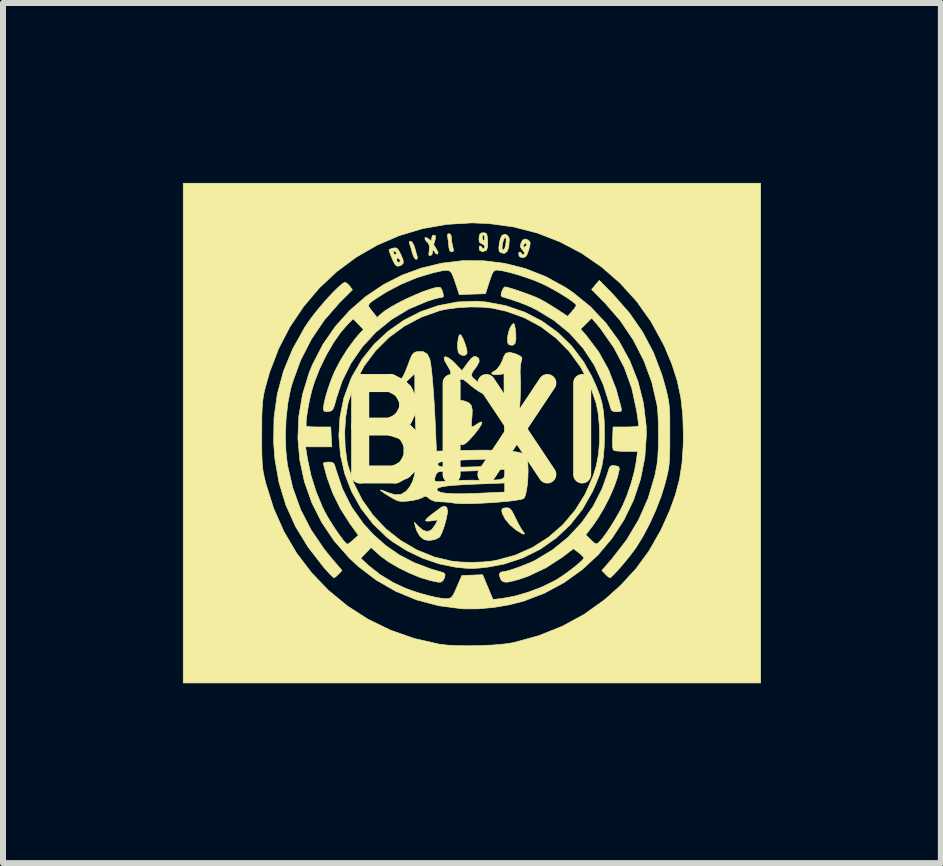
<source format=kicad_pcb>
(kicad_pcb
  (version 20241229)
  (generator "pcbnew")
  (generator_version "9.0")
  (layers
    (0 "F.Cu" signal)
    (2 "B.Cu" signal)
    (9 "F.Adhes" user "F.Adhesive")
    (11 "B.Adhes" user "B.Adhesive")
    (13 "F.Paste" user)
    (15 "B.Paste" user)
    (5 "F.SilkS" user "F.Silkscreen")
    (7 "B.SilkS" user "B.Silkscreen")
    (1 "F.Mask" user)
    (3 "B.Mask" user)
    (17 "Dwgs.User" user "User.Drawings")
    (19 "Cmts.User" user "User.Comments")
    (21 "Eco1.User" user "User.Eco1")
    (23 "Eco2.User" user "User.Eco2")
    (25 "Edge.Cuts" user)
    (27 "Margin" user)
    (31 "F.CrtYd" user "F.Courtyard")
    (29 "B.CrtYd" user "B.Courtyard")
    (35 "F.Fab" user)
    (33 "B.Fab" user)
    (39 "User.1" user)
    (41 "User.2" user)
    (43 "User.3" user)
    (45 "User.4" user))
  (footprint "BIXI"
    (layer "F.Cu")
    (at 4.806 4.171)
    (property "Reference" "BIXI" (at 0 0 0) (layer "F.SilkS") (effects (font (size 1.524 1.524) (thickness 0.3))))
    (attr through_hole)
    (fp_poly (pts (xy -0.338 -3.305) (xy -0.33 -3.257) (xy -0.323 -3.181) (xy -0.307 -3.105) (xy -0.294 -3.049) (xy -0.304 -3.026) (xy -0.326 -3.023) (xy -0.357 -3.038) (xy -0.371 -3.092) (xy -0.373 -3.117) (xy -0.381 -3.197) (xy -0.392 -3.265) (xy -0.393 -3.269) (xy -0.394 -3.315) (xy -0.369 -3.327) (xy -0.338 -3.305)) (stroke (width 0.01) (type solid)) (fill yes) (layer "F.SilkS"))
    (fp_poly (pts (xy -0.165 -1.627) (xy -0.137 -1.576) (xy -0.108 -1.505) (xy -0.084 -1.43) (xy -0.069 -1.365) (xy -0.07 -1.327) (xy -0.101 -1.297) (xy -0.15 -1.296) (xy -0.197 -1.32) (xy -0.217 -1.355) (xy -0.226 -1.424) (xy -0.225 -1.505) (xy -0.215 -1.58) (xy -0.199 -1.631) (xy -0.187 -1.644) (xy -0.165 -1.627)) (stroke (width 0.01) (type solid)) (fill yes) (layer "F.SilkS"))
    (fp_poly (pts (xy 0.722 -1.806) (xy 0.734 -1.745) (xy 0.743 -1.67) (xy 0.746 -1.56) (xy 0.73 -1.493) (xy 0.696 -1.465) (xy 0.654 -1.467) (xy 0.623 -1.48) (xy 0.608 -1.51) (xy 0.607 -1.57) (xy 0.609 -1.613) (xy 0.623 -1.683) (xy 0.649 -1.754) (xy 0.681 -1.808) (xy 0.709 -1.829) (xy 0.722 -1.806)) (stroke (width 0.01) (type solid)) (fill yes) (layer "F.SilkS"))
    (fp_poly (pts (xy -0.98 -3.177) (xy -0.95 -3.117) (xy -0.942 -3.092) (xy -0.92 -3.015) (xy -0.902 -2.953) (xy -0.898 -2.94) (xy -0.902 -2.903) (xy -0.92 -2.896) (xy -0.946 -2.918) (xy -0.972 -2.975) (xy -0.981 -3.004) (xy -1.002 -3.081) (xy -1.023 -3.144) (xy -1.027 -3.156) (xy -1.032 -3.193) (xy -1.01 -3.2) (xy -0.98 -3.177)) (stroke (width 0.01) (type solid)) (fill yes) (layer "F.SilkS"))
    (fp_poly (pts (xy 0.624 1.249) (xy 0.656 1.269) (xy 0.688 1.314) (xy 0.729 1.395) (xy 0.739 1.416) (xy 0.784 1.507) (xy 0.826 1.583) (xy 0.857 1.63) (xy 0.858 1.632) (xy 0.888 1.674) (xy 0.88 1.687) (xy 0.838 1.67) (xy 0.766 1.626) (xy 0.739 1.607) (xy 0.644 1.527) (xy 0.568 1.434) (xy 0.52 1.343) (xy 0.508 1.284) (xy 0.53 1.253) (xy 0.583 1.245) (xy 0.624 1.249)) (stroke (width 0.01) (type solid)) (fill yes) (layer "F.SilkS"))
    (fp_poly (pts (xy 0.6 -3.301) (xy 0.631 -3.256) (xy 0.635 -3.226) (xy 0.627 -3.106) (xy 0.602 -3.031) (xy 0.558 -2.999) (xy 0.542 -2.997) (xy 0.489 -3.011) (xy 0.466 -3.035) (xy 0.461 -3.091) (xy 0.463 -3.103) (xy 0.515 -3.103) (xy 0.518 -3.059) (xy 0.528 -3.048) (xy 0.553 -3.069) (xy 0.568 -3.105) (xy 0.581 -3.174) (xy 0.583 -3.231) (xy 0.575 -3.264) (xy 0.561 -3.263) (xy 0.54 -3.223) (xy 0.524 -3.164) (xy 0.515 -3.103) (xy 0.463 -3.103) (xy 0.47 -3.168) (xy 0.488 -3.244) (xy 0.511 -3.293) (xy 0.555 -3.316) (xy 0.6 -3.301)) (stroke (width 0.01) (type solid)) (fill yes) (layer "F.SilkS"))
    (fp_poly (pts (xy -0.407 1.241) (xy -0.393 1.299) (xy -0.395 1.326) (xy -0.418 1.44) (xy -0.449 1.552) (xy -0.483 1.648) (xy -0.515 1.716) (xy -0.531 1.737) (xy -0.605 1.775) (xy -0.697 1.79) (xy -0.78 1.778) (xy -0.851 1.724) (xy -0.906 1.632) (xy -0.929 1.562) (xy -0.947 1.486) (xy -0.884 1.553) (xy -0.801 1.622) (xy -0.727 1.642) (xy -0.661 1.612) (xy -0.601 1.532) (xy -0.594 1.519) (xy -0.557 1.447) (xy -0.66 1.463) (xy -0.725 1.469) (xy -0.76 1.461) (xy -0.762 1.456) (xy -0.743 1.429) (xy -0.694 1.384) (xy -0.643 1.345) (xy -0.573 1.293) (xy -0.517 1.251) (xy -0.494 1.234) (xy -0.444 1.217) (xy -0.407 1.241)) (stroke (width 0.01) (type solid)) (fill yes) (layer "F.SilkS"))
    (fp_poly (pts (xy -0.596 -3.289) (xy -0.597 -3.244) (xy -0.6 -3.232) (xy -0.615 -3.178) (xy -0.625 -3.152) (xy -0.618 -3.128) (xy -0.588 -3.079) (xy -0.583 -3.072) (xy -0.553 -3.016) (xy -0.558 -2.985) (xy -0.559 -2.985) (xy -0.588 -2.99) (xy -0.6 -3.008) (xy -0.624 -3.043) (xy -0.637 -3.048) (xy -0.649 -3.03) (xy -0.645 -3.013) (xy -0.654 -2.976) (xy -0.674 -2.962) (xy -0.7 -2.959) (xy -0.707 -2.984) (xy -0.699 -3.043) (xy -0.694 -3.115) (xy -0.713 -3.163) (xy -0.735 -3.186) (xy -0.768 -3.228) (xy -0.772 -3.256) (xy -0.745 -3.259) (xy -0.709 -3.236) (xy -0.673 -3.208) (xy -0.662 -3.217) (xy -0.66 -3.247) (xy -0.645 -3.292) (xy -0.622 -3.302) (xy -0.596 -3.289)) (stroke (width 0.01) (type solid)) (fill yes) (layer "F.SilkS"))
    (fp_poly (pts (xy 0.953 -3.216) (xy 0.977 -3.192) (xy 0.984 -3.16) (xy 0.973 -3.103) (xy 0.961 -3.059) (xy 0.933 -2.979) (xy 0.902 -2.938) (xy 0.869 -2.926) (xy 0.816 -2.935) (xy 0.797 -2.958) (xy 0.793 -3.003) (xy 0.8 -3.017) (xy 0.824 -3.016) (xy 0.831 -3.004) (xy 0.856 -2.974) (xy 0.866 -2.972) (xy 0.888 -2.988) (xy 0.88 -3.024) (xy 0.849 -3.059) (xy 0.821 -3.105) (xy 0.822 -3.115) (xy 0.867 -3.115) (xy 0.882 -3.099) (xy 0.884 -3.099) (xy 0.914 -3.119) (xy 0.924 -3.139) (xy 0.925 -3.169) (xy 0.91 -3.169) (xy 0.879 -3.146) (xy 0.867 -3.115) (xy 0.822 -3.115) (xy 0.826 -3.155) (xy 0.857 -3.219) (xy 0.905 -3.237) (xy 0.953 -3.216)) (stroke (width 0.01) (type solid)) (fill yes) (layer "F.SilkS"))
    (fp_poly (pts (xy 0.24 -3.336) (xy 0.26 -3.315) (xy 0.27 -3.265) (xy 0.275 -3.203) (xy 0.274 -3.104) (xy 0.256 -3.051) (xy 0.249 -3.044) (xy 0.188 -3.024) (xy 0.145 -3.045) (xy 0.136 -3.062) (xy 0.133 -3.105) (xy 0.14 -3.119) (xy 0.164 -3.117) (xy 0.171 -3.105) (xy 0.196 -3.076) (xy 0.222 -3.084) (xy 0.229 -3.109) (xy 0.207 -3.142) (xy 0.176 -3.157) (xy 0.14 -3.178) (xy 0.13 -3.223) (xy 0.132 -3.256) (xy 0.135 -3.274) (xy 0.183 -3.274) (xy 0.191 -3.233) (xy 0.208 -3.201) (xy 0.218 -3.217) (xy 0.222 -3.234) (xy 0.224 -3.28) (xy 0.218 -3.296) (xy 0.194 -3.302) (xy 0.183 -3.274) (xy 0.135 -3.274) (xy 0.144 -3.314) (xy 0.172 -3.337) (xy 0.203 -3.34) (xy 0.24 -3.336)) (stroke (width 0.01) (type solid)) (fill yes) (layer "F.SilkS"))
    (fp_poly (pts (xy -1.227 -3.072) (xy -1.196 -3.023) (xy -1.171 -2.972) (xy -1.136 -2.888) (xy -1.131 -2.836) (xy -1.158 -2.804) (xy -1.206 -2.785) (xy -1.239 -2.784) (xy -1.267 -2.809) (xy -1.3 -2.869) (xy -1.306 -2.883) (xy -1.245 -2.883) (xy -1.225 -2.849) (xy -1.207 -2.845) (xy -1.182 -2.862) (xy -1.185 -2.883) (xy -1.21 -2.917) (xy -1.222 -2.921) (xy -1.242 -2.9) (xy -1.245 -2.883) (xy -1.306 -2.883) (xy -1.318 -2.91) (xy -1.349 -2.985) (xy -1.357 -3.011) (xy -1.295 -3.011) (xy -1.282 -2.977) (xy -1.27 -2.972) (xy -1.245 -2.99) (xy -1.245 -2.996) (xy -1.263 -3.03) (xy -1.27 -3.035) (xy -1.292 -3.03) (xy -1.295 -3.011) (xy -1.357 -3.011) (xy -1.367 -3.04) (xy -1.369 -3.059) (xy -1.339 -3.072) (xy -1.295 -3.085) (xy -1.257 -3.089) (xy -1.227 -3.072)) (stroke (width 0.01) (type solid)) (fill yes) (layer "F.SilkS"))
    (fp_poly (pts (xy -0.1 -0.531) (xy -0.097 -0.53) (xy -0.034 -0.501) (xy 0.003 -0.456) (xy 0.018 -0.386) (xy 0.014 -0.279) (xy 0.01 -0.242) (xy 0.004 -0.166) (xy 0.005 -0.115) (xy 0.012 -0.102) (xy 0.043 -0.115) (xy 0.095 -0.148) (xy 0.104 -0.154) (xy 0.157 -0.185) (xy 0.179 -0.181) (xy 0.17 -0.146) (xy 0.132 -0.083) (xy 0.066 0.004) (xy 0.043 0.031) (xy -0.039 0.123) (xy -0.1 0.177) (xy -0.145 0.197) (xy -0.182 0.187) (xy -0.197 0.173) (xy -0.215 0.13) (xy -0.226 0.047) (xy -0.229 -0.039) (xy -0.231 -0.13) (xy -0.236 -0.201) (xy -0.244 -0.235) (xy -0.245 -0.236) (xy -0.277 -0.238) (xy -0.311 -0.225) (xy -0.362 -0.213) (xy -0.398 -0.235) (xy -0.416 -0.262) (xy -0.407 -0.293) (xy -0.368 -0.342) (xy -0.351 -0.361) (xy -0.291 -0.427) (xy -0.242 -0.487) (xy -0.229 -0.505) (xy -0.198 -0.539) (xy -0.162 -0.546) (xy -0.1 -0.531)) (stroke (width 0.01) (type solid)) (fill yes) (layer "F.SilkS"))
    (fp_poly (pts (xy 0.127 -1.247) (xy 0.134 -1.193) (xy 0.095 -1.117) (xy 0.076 -1.092) (xy 0.023 -1.02) (xy 0.004 -0.971) (xy 0.016 -0.936) (xy 0.045 -0.909) (xy 0.093 -0.866) (xy 0.145 -0.806) (xy 0.192 -0.742) (xy 0.225 -0.687) (xy 0.235 -0.654) (xy 0.232 -0.65) (xy 0.2 -0.656) (xy 0.14 -0.688) (xy 0.064 -0.739) (xy -0.017 -0.802) (xy -0.082 -0.858) (xy -0.132 -0.895) (xy -0.174 -0.898) (xy -0.217 -0.864) (xy -0.265 -0.788) (xy -0.295 -0.732) (xy -0.333 -0.664) (xy -0.367 -0.619) (xy -0.381 -0.61) (xy -0.406 -0.615) (xy -0.406 -0.616) (xy -0.4 -0.642) (xy -0.384 -0.702) (xy -0.368 -0.762) (xy -0.341 -0.881) (xy -0.334 -0.969) (xy -0.349 -1.041) (xy -0.386 -1.112) (xy -0.394 -1.123) (xy -0.441 -1.206) (xy -0.452 -1.256) (xy -0.432 -1.274) (xy -0.385 -1.258) (xy -0.316 -1.207) (xy -0.263 -1.155) (xy -0.153 -1.041) (xy -0.063 -1.166) (xy -0.004 -1.24) (xy 0.041 -1.275) (xy 0.075 -1.278) (xy 0.127 -1.247)) (stroke (width 0.01) (type solid)) (fill yes) (layer "F.SilkS"))
    (fp_poly (pts (xy -2.066 -2.494) (xy -2.025 -2.451) (xy -1.98 -2.389) (xy -2.192 -2.178) (xy -2.447 -1.887) (xy -2.665 -1.564) (xy -2.844 -1.215) (xy -2.979 -0.844) (xy -3.01 -0.735) (xy -3.056 -0.504) (xy -3.086 -0.243) (xy -3.097 0.029) (xy -3.09 0.291) (xy -3.064 0.527) (xy -3.063 0.533) (xy -2.974 0.916) (xy -2.844 1.275) (xy -2.669 1.614) (xy -2.447 1.94) (xy -2.313 2.105) (xy -2.154 2.29) (xy -2.211 2.351) (xy -2.256 2.393) (xy -2.287 2.413) (xy -2.288 2.413) (xy -2.312 2.395) (xy -2.36 2.347) (xy -2.424 2.276) (xy -2.462 2.233) (xy -2.72 1.9) (xy -2.929 1.557) (xy -3.09 1.199) (xy -3.204 0.824) (xy -3.273 0.43) (xy -3.294 0.152) (xy -3.287 -0.258) (xy -3.232 -0.653) (xy -3.129 -1.033) (xy -2.977 -1.401) (xy -2.776 -1.761) (xy -2.732 -1.828) (xy -2.661 -1.928) (xy -2.575 -2.038) (xy -2.48 -2.151) (xy -2.384 -2.26) (xy -2.292 -2.358) (xy -2.21 -2.437) (xy -2.147 -2.492) (xy -2.107 -2.514) (xy -2.104 -2.514) (xy -2.066 -2.494)) (stroke (width 0.01) (type solid)) (fill yes) (layer "F.SilkS"))
    (fp_poly (pts (xy 0.737 -1.323) (xy 0.775 -1.306) (xy 0.83 -1.276) (xy 0.847 -1.246) (xy 0.836 -1.197) (xy 0.833 -1.19) (xy 0.821 -1.125) (xy 0.816 -1.031) (xy 0.819 -0.934) (xy 0.823 -0.83) (xy 0.821 -0.697) (xy 0.816 -0.554) (xy 0.811 -0.473) (xy 0.803 -0.33) (xy 0.803 -0.232) (xy 0.813 -0.176) (xy 0.834 -0.157) (xy 0.867 -0.171) (xy 0.876 -0.177) (xy 0.916 -0.201) (xy 0.931 -0.185) (xy 0.918 -0.133) (xy 0.879 -0.048) (xy 0.878 -0.045) (xy 0.807 0.074) (xy 0.743 0.145) (xy 0.682 0.173) (xy 0.62 0.158) (xy 0.598 0.144) (xy 0.583 0.129) (xy 0.571 0.105) (xy 0.563 0.065) (xy 0.557 0.003) (xy 0.553 -0.087) (xy 0.551 -0.214) (xy 0.55 -0.383) (xy 0.549 -0.44) (xy 0.547 -0.989) (xy 0.454 -0.974) (xy 0.391 -0.972) (xy 0.35 -0.984) (xy 0.34 -1.004) (xy 0.372 -1.025) (xy 0.379 -1.028) (xy 0.43 -1.065) (xy 0.483 -1.135) (xy 0.526 -1.221) (xy 0.543 -1.276) (xy 0.577 -1.331) (xy 0.642 -1.347) (xy 0.737 -1.323)) (stroke (width 0.01) (type solid)) (fill yes) (layer "F.SilkS"))
    (fp_poly (pts (xy 2.37 -2.308) (xy 2.638 -2.003) (xy 2.859 -1.684) (xy 3.039 -1.344) (xy 3.179 -0.975) (xy 3.245 -0.744) (xy 3.269 -0.646) (xy 3.286 -0.561) (xy 3.299 -0.478) (xy 3.307 -0.388) (xy 3.311 -0.28) (xy 3.312 -0.142) (xy 3.312 0.036) (xy 3.312 0.038) (xy 3.312 0.214) (xy 3.309 0.351) (xy 3.305 0.458) (xy 3.297 0.547) (xy 3.284 0.628) (xy 3.265 0.714) (xy 3.24 0.813) (xy 3.231 0.848) (xy 3.166 1.058) (xy 3.078 1.284) (xy 2.976 1.51) (xy 2.865 1.721) (xy 2.755 1.9) (xy 2.74 1.922) (xy 2.676 2.008) (xy 2.601 2.103) (xy 2.522 2.198) (xy 2.446 2.285) (xy 2.381 2.355) (xy 2.334 2.4) (xy 2.314 2.413) (xy 2.285 2.396) (xy 2.241 2.355) (xy 2.237 2.351) (xy 2.179 2.29) (xy 2.342 2.103) (xy 2.59 1.783) (xy 2.794 1.441) (xy 2.952 1.082) (xy 3.062 0.71) (xy 3.098 0.525) (xy 3.111 0.413) (xy 3.119 0.266) (xy 3.123 0.098) (xy 3.122 -0.077) (xy 3.118 -0.243) (xy 3.109 -0.385) (xy 3.098 -0.474) (xy 3.013 -0.845) (xy 2.88 -1.206) (xy 2.704 -1.551) (xy 2.487 -1.874) (xy 2.232 -2.167) (xy 2.23 -2.169) (xy 2.008 -2.395) (xy 2.072 -2.471) (xy 2.136 -2.547) (xy 2.37 -2.308)) (stroke (width 0.01) (type solid)) (fill yes) (layer "F.SilkS"))
    (fp_poly (pts (xy 4.826 4.166) (xy -4.801 4.166) (xy -4.801 0.025) (xy -3.492 0.025) (xy -3.492 0.21) (xy -3.49 0.354) (xy -3.486 0.467) (xy -3.479 0.559) (xy -3.469 0.64) (xy -3.453 0.719) (xy -3.432 0.808) (xy -3.424 0.84) (xy -3.294 1.254) (xy -3.122 1.642) (xy -2.911 2.001) (xy -2.662 2.328) (xy -2.379 2.623) (xy -2.064 2.882) (xy -1.719 3.104) (xy -1.346 3.285) (xy -0.948 3.425) (xy -0.528 3.52) (xy -0.521 3.521) (xy -0.387 3.536) (xy -0.218 3.544) (xy -0.027 3.546) (xy 0.172 3.542) (xy 0.365 3.533) (xy 0.539 3.518) (xy 0.68 3.498) (xy 0.711 3.492) (xy 1.131 3.376) (xy 1.521 3.22) (xy 1.883 3.022) (xy 2.221 2.781) (xy 2.491 2.54) (xy 2.749 2.26) (xy 2.966 1.963) (xy 3.153 1.635) (xy 3.176 1.589) (xy 3.306 1.3) (xy 3.404 1.032) (xy 3.473 0.771) (xy 3.515 0.501) (xy 3.535 0.208) (xy 3.538 0.025) (xy 3.528 -0.3) (xy 3.495 -0.594) (xy 3.436 -0.87) (xy 3.348 -1.146) (xy 3.227 -1.435) (xy 3.2 -1.491) (xy 2.998 -1.86) (xy 2.758 -2.198) (xy 2.483 -2.501) (xy 2.177 -2.768) (xy 1.843 -2.998) (xy 1.484 -3.187) (xy 1.104 -3.335) (xy 0.706 -3.438) (xy 0.293 -3.494) (xy 0.013 -3.505) (xy -0.407 -3.48) (xy -0.812 -3.409) (xy -1.201 -3.292) (xy -1.57 -3.133) (xy -1.917 -2.933) (xy -2.238 -2.695) (xy -2.531 -2.421) (xy -2.792 -2.113) (xy -3.02 -1.775) (xy -3.211 -1.407) (xy -3.362 -1.012) (xy -3.432 -0.762) (xy -3.453 -0.675) (xy -3.468 -0.594) (xy -3.478 -0.51) (xy -3.485 -0.414) (xy -3.49 -0.294) (xy -3.491 -0.142) (xy -3.492 0.025) (xy -4.801 0.025) (xy -4.801 -4.166) (xy 4.826 -4.166) (xy 4.826 4.166)) (stroke (width 0.01) (type solid)) (fill yes) (layer "F.SilkS"))
    (fp_poly (pts (xy 0.25 -2.186) (xy 0.583 -2.123) (xy 0.895 -2.015) (xy 1.184 -1.865) (xy 1.446 -1.676) (xy 1.677 -1.45) (xy 1.873 -1.19) (xy 2.006 -0.953) (xy 2.085 -0.781) (xy 2.142 -0.635) (xy 2.181 -0.5) (xy 2.205 -0.362) (xy 2.218 -0.204) (xy 2.221 -0.012) (xy 2.222 0.013) (xy 2.218 0.221) (xy 2.205 0.394) (xy 2.18 0.546) (xy 2.14 0.692) (xy 2.08 0.845) (xy 2.021 0.978) (xy 1.857 1.267) (xy 1.655 1.524) (xy 1.42 1.747) (xy 1.154 1.934) (xy 0.863 2.08) (xy 0.55 2.183) (xy 0.28 2.234) (xy 0.137 2.25) (xy 0.021 2.256) (xy -0.091 2.253) (xy -0.22 2.24) (xy -0.278 2.233) (xy -0.541 2.178) (xy -0.812 2.085) (xy -1.074 1.96) (xy -1.312 1.809) (xy -1.405 1.738) (xy -1.641 1.509) (xy -1.838 1.253) (xy -1.994 0.974) (xy -2.108 0.678) (xy -2.179 0.369) (xy -2.206 0.053) (xy -2.203 -0.013) (xy -2.109 -0.013) (xy -2.101 0.234) (xy -2.071 0.465) (xy -2.056 0.533) (xy -1.959 0.833) (xy -1.818 1.113) (xy -1.638 1.368) (xy -1.423 1.596) (xy -1.177 1.79) (xy -0.906 1.948) (xy -0.613 2.066) (xy -0.334 2.133) (xy -0.179 2.15) (xy 0.004 2.155) (xy 0.191 2.149) (xy 0.36 2.132) (xy 0.411 2.123) (xy 0.727 2.038) (xy 1.021 1.908) (xy 1.288 1.738) (xy 1.527 1.53) (xy 1.733 1.287) (xy 1.903 1.014) (xy 2.034 0.712) (xy 2.086 0.546) (xy 2.123 0.352) (xy 2.141 0.13) (xy 2.139 -0.101) (xy 2.119 -0.322) (xy 2.085 -0.495) (xy 1.977 -0.809) (xy 1.828 -1.096) (xy 1.641 -1.354) (xy 1.42 -1.58) (xy 1.168 -1.771) (xy 0.889 -1.922) (xy 0.587 -2.031) (xy 0.348 -2.084) (xy 0.179 -2.1) (xy -0.015 -2.103) (xy -0.215 -2.092) (xy -0.4 -2.068) (xy -0.521 -2.043) (xy -0.829 -1.934) (xy -1.114 -1.784) (xy -1.371 -1.595) (xy -1.595 -1.372) (xy -1.785 -1.118) (xy -1.935 -0.838) (xy -2.043 -0.534) (xy -2.058 -0.476) (xy -2.094 -0.257) (xy -2.109 -0.013) (xy -2.203 -0.013) (xy -2.188 -0.266) (xy -2.124 -0.581) (xy -2.011 -0.889) (xy -1.982 -0.951) (xy -1.819 -1.231) (xy -1.618 -1.481) (xy -1.385 -1.698) (xy -1.125 -1.88) (xy -0.843 -2.024) (xy -0.544 -2.127) (xy -0.234 -2.186) (xy 0.083 -2.199) (xy 0.25 -2.186)) (stroke (width 0.01) (type solid)) (fill yes) (layer "F.SilkS"))
    (fp_poly (pts (xy -0.732 -1.317) (xy -0.689 -1.232) (xy -0.688 -1.225) (xy -0.674 -1.151) (xy -0.659 -1.032) (xy -0.644 -0.874) (xy -0.629 -0.683) (xy -0.615 -0.466) (xy -0.602 -0.227) (xy -0.596 -0.085) (xy -0.579 0.301) (xy -0.054 0.287) (xy 0.218 0.284) (xy 0.449 0.288) (xy 0.636 0.299) (xy 0.777 0.317) (xy 0.872 0.342) (xy 0.909 0.365) (xy 0.931 0.414) (xy 0.944 0.5) (xy 0.949 0.611) (xy 0.946 0.734) (xy 0.937 0.856) (xy 0.921 0.965) (xy 0.9 1.048) (xy 0.878 1.088) (xy 0.84 1.103) (xy 0.76 1.118) (xy 0.647 1.133) (xy 0.512 1.146) (xy 0.363 1.158) (xy 0.208 1.167) (xy 0.058 1.174) (xy -0.078 1.176) (xy -0.191 1.175) (xy -0.273 1.169) (xy -0.292 1.166) (xy -0.362 1.155) (xy -0.456 1.148) (xy -0.506 1.146) (xy -0.607 1.137) (xy -0.674 1.111) (xy -0.701 1.09) (xy -0.745 1.055) (xy -0.78 1.055) (xy -0.817 1.076) (xy -0.873 1.099) (xy -0.96 1.12) (xy -1.041 1.132) (xy -1.13 1.139) (xy -1.193 1.136) (xy -1.252 1.117) (xy -1.324 1.078) (xy -1.366 1.053) (xy -1.442 1.006) (xy -1.495 0.969) (xy -1.516 0.95) (xy -1.516 0.949) (xy -1.49 0.953) (xy -1.432 0.973) (xy -1.387 0.992) (xy -1.265 1.029) (xy -1.165 1.02) (xy -1.081 0.966) (xy -1.073 0.958) (xy -1.059 0.94) (xy -0.572 0.94) (xy -0.555 0.969) (xy -0.503 0.99) (xy -0.413 1.004) (xy -0.282 1.011) (xy -0.108 1.011) (xy 0.113 1.004) (xy 0.212 0.999) (xy 0.559 0.983) (xy 0.559 0.832) (xy 0.146 0.848) (xy -0.076 0.857) (xy -0.251 0.868) (xy -0.384 0.879) (xy -0.478 0.893) (xy -0.538 0.908) (xy -0.567 0.927) (xy -0.572 0.94) (xy -1.059 0.94) (xy -1.019 0.887) (xy -0.976 0.805) (xy -0.968 0.776) (xy -0.61 0.776) (xy -0.605 0.797) (xy -0.583 0.808) (xy -0.535 0.81) (xy -0.451 0.804) (xy -0.4 0.8) (xy -0.282 0.792) (xy -0.136 0.787) (xy 0.015 0.785) (xy 0.1 0.786) (xy 0.225 0.787) (xy 0.34 0.785) (xy 0.43 0.78) (xy 0.474 0.776) (xy 0.532 0.758) (xy 0.555 0.726) (xy 0.559 0.681) (xy 0.559 0.602) (xy 0.235 0.621) (xy 0.083 0.628) (xy -0.078 0.633) (xy -0.226 0.636) (xy -0.322 0.636) (xy -0.434 0.635) (xy -0.505 0.638) (xy -0.548 0.648) (xy -0.572 0.666) (xy -0.582 0.682) (xy -0.605 0.743) (xy -0.61 0.776) (xy -0.968 0.776) (xy -0.946 0.705) (xy -0.925 0.582) (xy -0.921 0.522) (xy -0.559 0.522) (xy -0.537 0.549) (xy -0.489 0.563) (xy -0.426 0.567) (xy -0.329 0.569) (xy -0.208 0.568) (xy -0.071 0.566) (xy 0.072 0.562) (xy 0.211 0.558) (xy 0.337 0.552) (xy 0.441 0.546) (xy 0.513 0.54) (xy 0.543 0.533) (xy 0.543 0.533) (xy 0.554 0.494) (xy 0.549 0.468) (xy 0.539 0.453) (xy 0.519 0.442) (xy 0.482 0.435) (xy 0.421 0.432) (xy 0.328 0.433) (xy 0.197 0.436) (xy 0.056 0.441) (xy -0.139 0.448) (xy -0.29 0.456) (xy -0.401 0.464) (xy -0.478 0.474) (xy -0.526 0.486) (xy -0.551 0.501) (xy -0.559 0.52) (xy -0.559 0.522) (xy -0.921 0.522) (xy -0.915 0.429) (xy -0.914 0.241) (xy -0.92 0.012) (xy -0.927 -0.127) (xy -0.932 -0.256) (xy -0.936 -0.413) (xy -0.939 -0.575) (xy -0.94 -0.68) (xy -0.94 -0.992) (xy -1.047 -0.89) (xy -1.115 -0.833) (xy -1.174 -0.797) (xy -1.216 -0.785) (xy -1.233 -0.799) (xy -1.221 -0.834) (xy -1.182 -0.889) (xy -1.159 -0.911) (xy -1.134 -0.949) (xy -1.099 -1.021) (xy -1.062 -1.114) (xy -1.051 -1.142) (xy -1.015 -1.241) (xy -0.986 -1.302) (xy -0.959 -1.335) (xy -0.924 -1.352) (xy -0.897 -1.358) (xy -0.8 -1.359) (xy -0.732 -1.317)) (stroke (width 0.01) (type solid)) (fill yes) (layer "F.SilkS"))
    (fp_poly (pts (xy 0.21 -2.873) (xy 0.56 -2.83) (xy 0.906 -2.742) (xy 1.244 -2.609) (xy 1.569 -2.43) (xy 1.697 -2.344) (xy 1.99 -2.106) (xy 2.247 -1.833) (xy 2.466 -1.531) (xy 2.645 -1.205) (xy 2.782 -0.858) (xy 2.873 -0.496) (xy 2.917 -0.123) (xy 2.921 0.025) (xy 2.896 0.402) (xy 2.824 0.767) (xy 2.708 1.115) (xy 2.549 1.444) (xy 2.351 1.75) (xy 2.117 2.029) (xy 1.848 2.278) (xy 1.549 2.492) (xy 1.221 2.669) (xy 0.876 2.801) (xy 0.639 2.862) (xy 0.382 2.906) (xy 0.123 2.93) (xy -0.115 2.931) (xy -0.152 2.929) (xy -0.539 2.879) (xy -0.909 2.781) (xy -1.259 2.637) (xy -1.587 2.448) (xy -1.891 2.215) (xy -2.032 2.083) (xy -2.283 1.798) (xy -2.492 1.488) (xy -2.658 1.158) (xy -2.78 0.812) (xy -2.857 0.454) (xy -2.877 0.229) (xy -2.762 0.229) (xy -2.726 0.449) (xy -2.669 0.711) (xy -2.584 0.981) (xy -2.478 1.237) (xy -2.437 1.319) (xy -2.384 1.414) (xy -2.32 1.517) (xy -2.252 1.621) (xy -2.186 1.715) (xy -2.128 1.791) (xy -2.084 1.84) (xy -2.064 1.853) (xy -2.035 1.837) (xy -1.985 1.798) (xy -1.963 1.778) (xy -1.881 1.703) (xy -2.024 1.506) (xy -2.179 1.262) (xy -2.309 0.999) (xy -2.404 0.737) (xy -2.411 0.712) (xy -2.436 0.619) (xy -2.455 0.546) (xy -2.464 0.505) (xy -2.464 0.502) (xy -2.441 0.489) (xy -2.387 0.483) (xy -2.376 0.483) (xy -2.32 0.487) (xy -2.289 0.508) (xy -2.268 0.561) (xy -2.26 0.591) (xy -2.149 0.923) (xy -1.996 1.229) (xy -1.799 1.508) (xy -1.635 1.688) (xy -1.424 1.875) (xy -1.2 2.03) (xy -0.953 2.159) (xy -0.673 2.265) (xy -0.464 2.327) (xy -0.435 2.355) (xy -0.442 2.408) (xy -0.467 2.452) (xy -0.487 2.475) (xy -0.512 2.486) (xy -0.553 2.485) (xy -0.624 2.471) (xy -0.692 2.455) (xy -0.854 2.406) (xy -1.031 2.333) (xy -1.209 2.245) (xy -1.372 2.15) (xy -1.504 2.055) (xy -1.527 2.035) (xy -1.669 1.908) (xy -1.755 1.997) (xy -1.841 2.087) (xy -1.707 2.211) (xy -1.52 2.359) (xy -1.296 2.494) (xy -1.108 2.582) (xy -0.989 2.627) (xy -0.852 2.671) (xy -0.713 2.709) (xy -0.582 2.74) (xy -0.474 2.758) (xy -0.408 2.762) (xy -0.363 2.756) (xy -0.331 2.739) (xy -0.302 2.702) (xy -0.268 2.634) (xy -0.238 2.565) (xy -0.156 2.375) (xy 0.017 2.368) (xy 0.191 2.361) (xy 0.363 2.774) (xy 0.509 2.758) (xy 0.718 2.72) (xy 0.945 2.655) (xy 1.172 2.569) (xy 1.378 2.469) (xy 1.438 2.435) (xy 1.525 2.378) (xy 1.619 2.311) (xy 1.711 2.241) (xy 1.791 2.175) (xy 1.85 2.122) (xy 1.878 2.088) (xy 1.88 2.083) (xy 1.861 2.055) (xy 1.815 2.011) (xy 1.792 1.993) (xy 1.705 1.927) (xy 1.52 2.068) (xy 1.248 2.245) (xy 0.951 2.385) (xy 0.804 2.436) (xy 0.681 2.47) (xy 0.597 2.486) (xy 0.542 2.481) (xy 0.506 2.457) (xy 0.486 2.424) (xy 0.468 2.356) (xy 0.49 2.319) (xy 0.53 2.311) (xy 0.587 2.302) (xy 0.677 2.276) (xy 0.786 2.238) (xy 0.902 2.194) (xy 1.01 2.148) (xy 1.067 2.121) (xy 1.355 1.948) (xy 1.615 1.737) (xy 1.843 1.492) (xy 2.034 1.22) (xy 2.184 0.925) (xy 2.271 0.68) (xy 2.296 0.599) (xy 2.317 0.556) (xy 2.344 0.541) (xy 2.388 0.542) (xy 2.395 0.543) (xy 2.451 0.555) (xy 2.469 0.582) (xy 2.468 0.613) (xy 2.437 0.743) (xy 2.381 0.9) (xy 2.306 1.072) (xy 2.217 1.246) (xy 2.12 1.409) (xy 2.036 1.532) (xy 1.911 1.697) (xy 1.996 1.78) (xy 2.049 1.829) (xy 2.082 1.847) (xy 2.109 1.837) (xy 2.135 1.815) (xy 2.189 1.755) (xy 2.258 1.661) (xy 2.335 1.545) (xy 2.412 1.418) (xy 2.483 1.293) (xy 2.527 1.206) (xy 2.601 1.03) (xy 2.668 0.834) (xy 2.721 0.639) (xy 2.754 0.465) (xy 2.756 0.451) (xy 2.774 0.305) (xy 2.596 0.305) (xy 2.502 0.303) (xy 2.426 0.298) (xy 2.384 0.292) (xy 2.383 0.292) (xy 2.365 0.27) (xy 2.357 0.215) (xy 2.357 0.12) (xy 2.358 0.089) (xy 2.366 -0.102) (xy 2.58 -0.102) (xy 2.677 -0.104) (xy 2.751 -0.109) (xy 2.79 -0.117) (xy 2.794 -0.121) (xy 2.79 -0.153) (xy 2.781 -0.223) (xy 2.767 -0.319) (xy 2.757 -0.381) (xy 2.678 -0.747) (xy 2.553 -1.094) (xy 2.38 -1.423) (xy 2.16 -1.738) (xy 2.085 -1.829) (xy 2.009 -1.918) (xy 1.825 -1.735) (xy 1.928 -1.616) (xy 2.127 -1.351) (xy 2.289 -1.058) (xy 2.417 -0.731) (xy 2.5 -0.425) (xy 2.506 -0.379) (xy 2.488 -0.359) (xy 2.432 -0.356) (xy 2.427 -0.356) (xy 2.371 -0.36) (xy 2.34 -0.381) (xy 2.319 -0.434) (xy 2.312 -0.464) (xy 2.2 -0.816) (xy 2.052 -1.133) (xy 1.866 -1.416) (xy 1.643 -1.664) (xy 1.383 -1.878) (xy 1.092 -2.054) (xy 0.998 -2.101) (xy 0.903 -2.142) (xy 0.795 -2.183) (xy 0.662 -2.228) (xy 0.515 -2.274) (xy 0.497 -2.294) (xy 0.506 -2.344) (xy 0.511 -2.361) (xy 0.536 -2.414) (xy 0.559 -2.438) (xy 0.56 -2.438) (xy 0.605 -2.43) (xy 0.684 -2.407) (xy 0.785 -2.374) (xy 0.894 -2.336) (xy 0.999 -2.297) (xy 1.087 -2.262) (xy 1.13 -2.242) (xy 1.216 -2.196) (xy 1.321 -2.133) (xy 1.425 -2.068) (xy 1.433 -2.063) (xy 1.608 -1.947) (xy 1.68 -2.028) (xy 1.725 -2.083) (xy 1.75 -2.124) (xy 1.753 -2.132) (xy 1.732 -2.16) (xy 1.674 -2.205) (xy 1.59 -2.263) (xy 1.486 -2.327) (xy 1.374 -2.393) (xy 1.26 -2.453) (xy 1.186 -2.49) (xy 1.068 -2.54) (xy 0.931 -2.59) (xy 0.787 -2.637) (xy 0.65 -2.676) (xy 0.531 -2.704) (xy 0.444 -2.717) (xy 0.431 -2.718) (xy 0.397 -2.713) (xy 0.371 -2.693) (xy 0.346 -2.647) (xy 0.317 -2.566) (xy 0.302 -2.521) (xy 0.238 -2.324) (xy 0.02 -2.317) (xy -0.198 -2.309) (xy -0.266 -2.514) (xy -0.299 -2.608) (xy -0.327 -2.671) (xy -0.362 -2.705) (xy -0.413 -2.715) (xy -0.491 -2.705) (xy -0.606 -2.679) (xy -0.648 -2.669) (xy -0.903 -2.592) (xy -1.164 -2.484) (xy -1.406 -2.357) (xy -1.456 -2.326) (xy -1.571 -2.253) (xy -1.649 -2.201) (xy -1.694 -2.163) (xy -1.711 -2.133) (xy -1.704 -2.103) (xy -1.679 -2.067) (xy -1.651 -2.032) (xy -1.568 -1.928) (xy -1.514 -1.978) (xy -1.44 -2.037) (xy -1.338 -2.102) (xy -1.216 -2.17) (xy -1.083 -2.237) (xy -0.946 -2.299) (xy -0.815 -2.354) (xy -0.697 -2.396) (xy -0.6 -2.424) (xy -0.534 -2.432) (xy -0.509 -2.424) (xy -0.486 -2.383) (xy -0.469 -2.33) (xy -0.462 -2.28) (xy -0.482 -2.262) (xy -0.501 -2.261) (xy -0.548 -2.253) (xy -0.627 -2.232) (xy -0.721 -2.202) (xy -0.726 -2.201) (xy -1.041 -2.068) (xy -1.329 -1.894) (xy -1.589 -1.683) (xy -1.814 -1.439) (xy -2.003 -1.166) (xy -2.151 -0.868) (xy -2.245 -0.589) (xy -2.273 -0.484) (xy -2.295 -0.419) (xy -2.317 -0.383) (xy -2.344 -0.367) (xy -2.382 -0.361) (xy -2.384 -0.36) (xy -2.439 -0.36) (xy -2.461 -0.381) (xy -2.464 -0.412) (xy -2.454 -0.488) (xy -2.429 -0.597) (xy -2.391 -0.725) (xy -2.345 -0.859) (xy -2.295 -0.984) (xy -2.275 -1.03) (xy -2.178 -1.215) (xy -2.061 -1.402) (xy -1.937 -1.569) (xy -1.885 -1.631) (xy -1.796 -1.729) (xy -1.966 -1.905) (xy -2.051 -1.823) (xy -2.174 -1.683) (xy -2.298 -1.504) (xy -2.417 -1.299) (xy -2.524 -1.08) (xy -2.611 -0.858) (xy -2.653 -0.724) (xy -2.682 -0.61) (xy -2.708 -0.488) (xy -2.729 -0.367) (xy -2.745 -0.258) (xy -2.752 -0.173) (xy -2.751 -0.122) (xy -2.747 -0.114) (xy -2.718 -0.108) (xy -2.65 -0.104) (xy -2.559 -0.102) (xy -2.538 -0.102) (xy -2.341 -0.102) (xy -2.333 0.064) (xy -2.324 0.229) (xy -2.543 0.229) (xy -2.762 0.229) (xy -2.877 0.229) (xy -2.889 0.09) (xy -2.874 -0.278) (xy -2.812 -0.644) (xy -2.702 -1.004) (xy -2.645 -1.144) (xy -2.472 -1.478) (xy -2.264 -1.779) (xy -2.023 -2.046) (xy -1.756 -2.278) (xy -1.464 -2.474) (xy -1.153 -2.633) (xy -0.826 -2.753) (xy -0.487 -2.834) (xy -0.14 -2.875) (xy 0.21 -2.873)) (stroke (width 0.01) (type solid)) (fill yes) (layer "F.SilkS")))
  (gr_rect
    (start -3 -3)
    (end 12.637 11.341)
    (stroke (width 0.1) (type default))
    (fill no)
    (layer "Edge.Cuts")))
</source>
